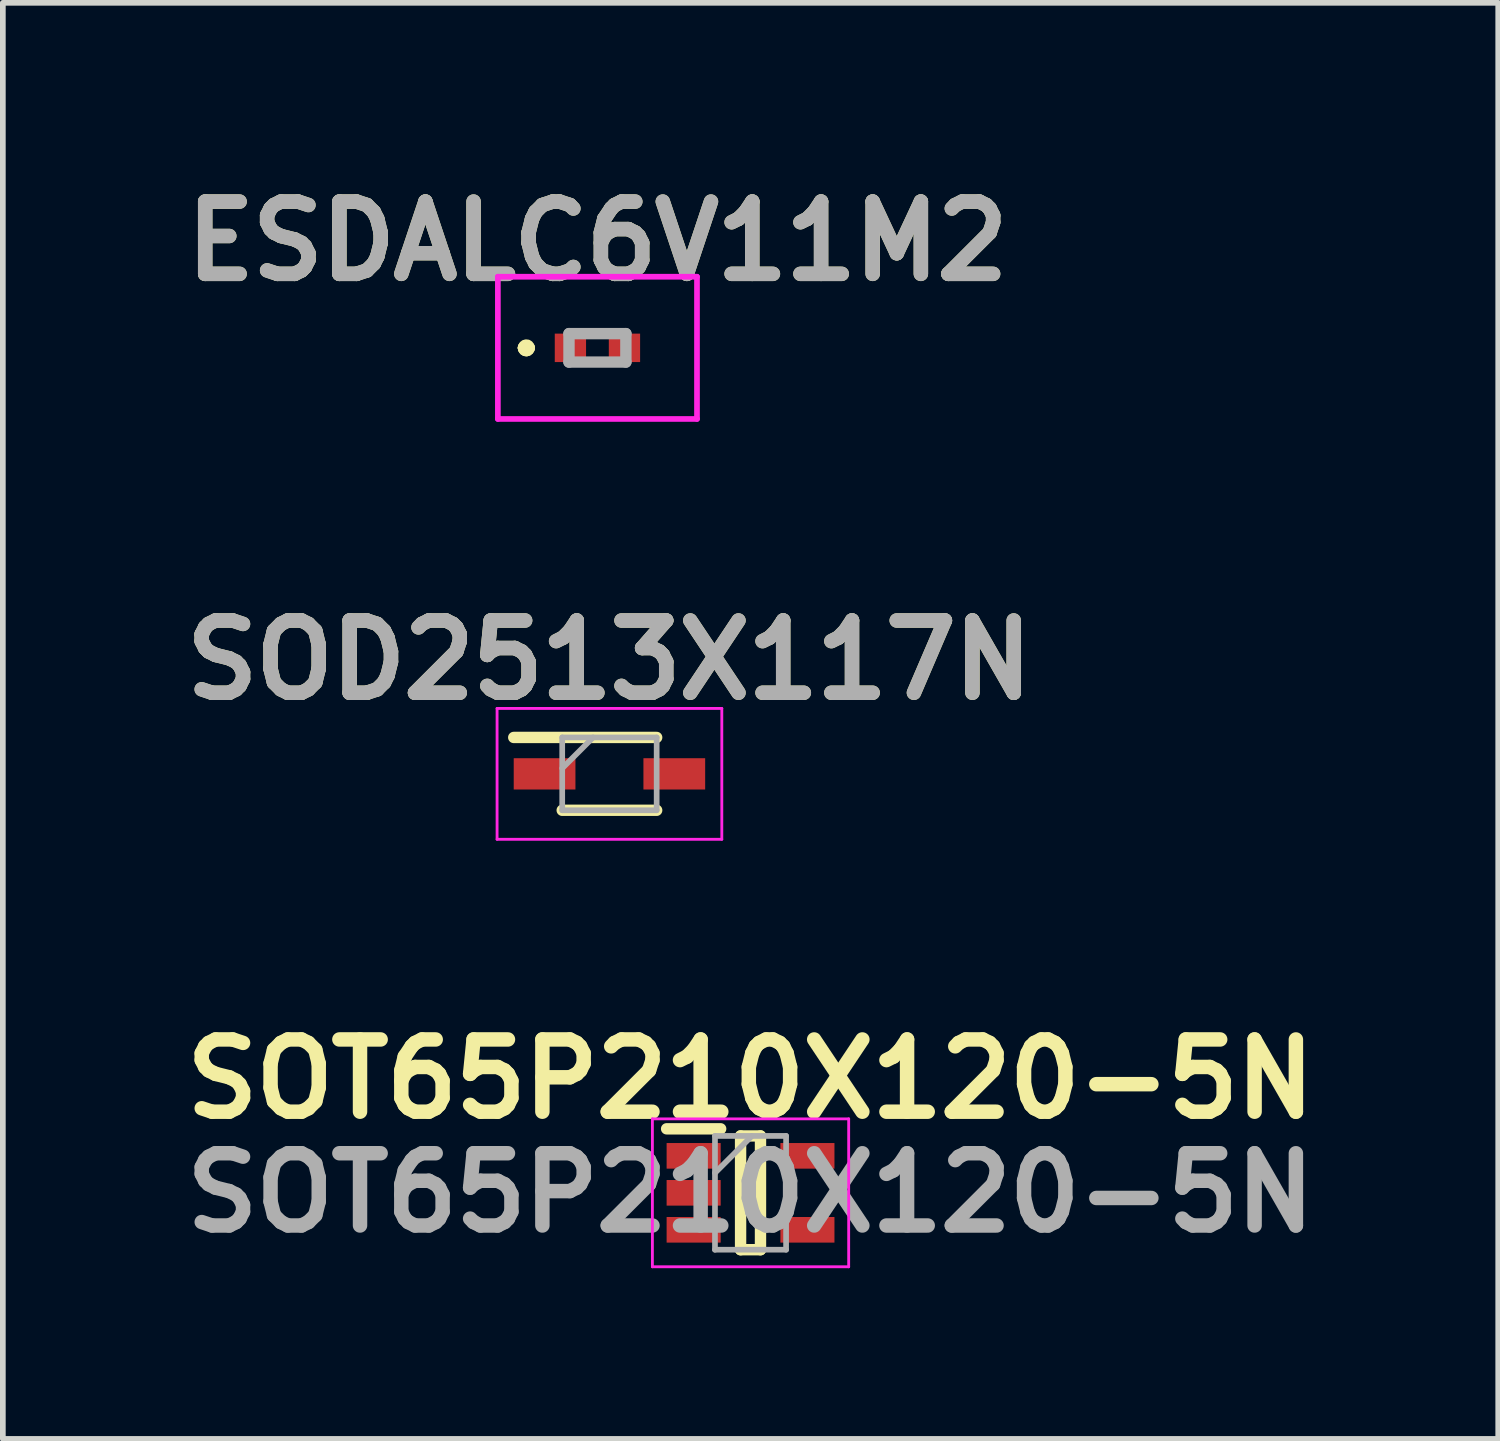
<source format=kicad_pcb>
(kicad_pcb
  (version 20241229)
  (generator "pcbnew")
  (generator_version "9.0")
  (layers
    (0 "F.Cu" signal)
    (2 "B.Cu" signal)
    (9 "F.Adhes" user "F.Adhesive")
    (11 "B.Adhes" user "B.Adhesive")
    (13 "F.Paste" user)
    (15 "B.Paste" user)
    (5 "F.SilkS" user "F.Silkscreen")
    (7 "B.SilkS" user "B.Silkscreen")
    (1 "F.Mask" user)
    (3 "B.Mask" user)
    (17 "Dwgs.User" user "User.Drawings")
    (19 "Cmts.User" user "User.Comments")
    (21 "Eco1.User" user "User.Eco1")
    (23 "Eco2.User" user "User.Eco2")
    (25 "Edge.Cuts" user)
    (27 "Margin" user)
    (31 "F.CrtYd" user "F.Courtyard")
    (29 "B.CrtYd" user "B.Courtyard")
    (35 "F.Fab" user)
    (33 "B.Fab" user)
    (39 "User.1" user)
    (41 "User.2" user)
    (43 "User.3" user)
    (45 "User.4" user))
  (footprint "SOD2513X117N"
    (layer "F.Cu")
    (at 7.662 10.552)
    (property "Reference" "SOD2513X117N" (at 0 -2 0) (layer "F.SilkS") (effects (font (size 1.27 1.27) (thickness 0.254))))
    (attr smd)
    (fp_line (start -1.682 -0.64) (end 0.83 -0.64) (stroke (width 0.2) (type solid)) (layer "F.SilkS"))
    (fp_line (start -0.83 0.64) (end 0.83 0.64) (stroke (width 0.2) (type solid)) (layer "F.SilkS"))
    (fp_line (start -1.975 -1.15) (end 1.975 -1.15) (stroke (width 0.05) (type solid)) (layer "F.CrtYd"))
    (fp_line (start -1.975 1.15) (end -1.975 -1.15) (stroke (width 0.05) (type solid)) (layer "F.CrtYd"))
    (fp_line (start 1.975 -1.15) (end 1.975 1.15) (stroke (width 0.05) (type solid)) (layer "F.CrtYd"))
    (fp_line (start 1.975 1.15) (end -1.975 1.15) (stroke (width 0.05) (type solid)) (layer "F.CrtYd"))
    (fp_line (start -0.83 -0.64) (end 0.83 -0.64) (stroke (width 0.1) (type solid)) (layer "F.Fab"))
    (fp_line (start -0.83 -0.098) (end -0.288 -0.64) (stroke (width 0.1) (type solid)) (layer "F.Fab"))
    (fp_line (start -0.83 0.64) (end -0.83 -0.64) (stroke (width 0.1) (type solid)) (layer "F.Fab"))
    (fp_line (start 0.83 -0.64) (end 0.83 0.64) (stroke (width 0.1) (type solid)) (layer "F.Fab"))
    (fp_line (start 0.83 0.64) (end -0.83 0.64) (stroke (width 0.1) (type solid)) (layer "F.Fab"))
    (fp_text user "${REFERENCE}" (at 0 -2 0) (layer "F.Fab") (effects (font (size 1.27 1.27) (thickness 0.254))))
    (pad "1" smd rect (at -1.14 0 90) (size 0.55 1.085) (layers "F.Cu" "F.Mask" "F.Paste"))
    (pad "2" smd rect (at 1.14 0 90) (size 0.55 1.085) (layers "F.Cu" "F.Mask" "F.Paste")))
  (footprint "SOT65P210X120-5N"
    (layer "F.Cu")
    (at 10.142 17.916)
    (property "Reference" "SOT65P210X120-5N" (at 0 -2 0) (layer "F.SilkS") (effects (font (size 1.27 1.27) (thickness 0.254))))
    (attr smd)
    (fp_line (start -1.475 -1.125) (end -0.525 -1.125) (stroke (width 0.2) (type solid)) (layer "F.SilkS"))
    (fp_line (start -0.175 -1) (end 0.175 -1) (stroke (width 0.2) (type solid)) (layer "F.SilkS"))
    (fp_line (start -0.175 1) (end -0.175 -1) (stroke (width 0.2) (type solid)) (layer "F.SilkS"))
    (fp_line (start 0.175 -1) (end 0.175 1) (stroke (width 0.2) (type solid)) (layer "F.SilkS"))
    (fp_line (start 0.175 1) (end -0.175 1) (stroke (width 0.2) (type solid)) (layer "F.SilkS"))
    (fp_line (start -1.725 -1.3) (end 1.725 -1.3) (stroke (width 0.05) (type solid)) (layer "F.CrtYd"))
    (fp_line (start -1.725 1.3) (end -1.725 -1.3) (stroke (width 0.05) (type solid)) (layer "F.CrtYd"))
    (fp_line (start 1.725 -1.3) (end 1.725 1.3) (stroke (width 0.05) (type solid)) (layer "F.CrtYd"))
    (fp_line (start 1.725 1.3) (end -1.725 1.3) (stroke (width 0.05) (type solid)) (layer "F.CrtYd"))
    (fp_line (start -0.625 -1) (end 0.625 -1) (stroke (width 0.1) (type solid)) (layer "F.Fab"))
    (fp_line (start -0.625 -0.35) (end 0.025 -1) (stroke (width 0.1) (type solid)) (layer "F.Fab"))
    (fp_line (start -0.625 1) (end -0.625 -1) (stroke (width 0.1) (type solid)) (layer "F.Fab"))
    (fp_line (start 0.625 -1) (end 0.625 1) (stroke (width 0.1) (type solid)) (layer "F.Fab"))
    (fp_line (start 0.625 1) (end -0.625 1) (stroke (width 0.1) (type solid)) (layer "F.Fab"))
    (fp_text user "${REFERENCE}" (at 0 0 0) (layer "F.Fab") (effects (font (size 1.27 1.27) (thickness 0.254))))
    (pad "1" smd rect (at -1 -0.65 90) (size 0.45 0.95) (layers "F.Cu" "F.Mask" "F.Paste"))
    (pad "2" smd rect (at -1 0 90) (size 0.45 0.95) (layers "F.Cu" "F.Mask" "F.Paste"))
    (pad "3" smd rect (at -1 0.65 90) (size 0.45 0.95) (layers "F.Cu" "F.Mask" "F.Paste"))
    (pad "4" smd rect (at 1 0.65 90) (size 0.45 0.95) (layers "F.Cu" "F.Mask" "F.Paste"))
    (pad "5" smd rect (at 1 -0.65 90) (size 0.45 0.95) (layers "F.Cu" "F.Mask" "F.Paste")))
  (footprint "ESDALC6V11M2"
    (layer "F.Cu")
    (at 7.451 3.064)
    (property "Reference" "ESDALC6V11M2" (at 0 -1.875 0) (layer "F.SilkS") (effects (font (size 1.27 1.27) (thickness 0.254))))
    (attr smd)
    (fp_line (start -1.3 0) (end -1.3 0) (stroke (width 0.2) (type solid)) (layer "F.SilkS"))
    (fp_line (start -1.3 0) (end -1.3 0) (stroke (width 0.2) (type solid)) (layer "F.SilkS"))
    (fp_line (start -1.2 0) (end -1.2 0) (stroke (width 0.2) (type solid)) (layer "F.SilkS"))
    (fp_arc (start -1.3 0) (mid -1.25 -0.05) (end -1.2 0) (stroke (width 0.2) (type solid)) (layer "F.SilkS"))
    (fp_arc (start -1.2 0) (mid -1.25 0.05) (end -1.3 0) (stroke (width 0.2) (type solid)) (layer "F.SilkS"))
    (fp_arc (start -1.2 0) (mid -1.25 0.05) (end -1.3 0) (stroke (width 0.2) (type solid)) (layer "F.SilkS"))
    (fp_line (start -1.75 -1.25) (end 1.75 -1.25) (stroke (width 0.1) (type solid)) (layer "F.CrtYd"))
    (fp_line (start -1.75 1.25) (end -1.75 -1.25) (stroke (width 0.1) (type solid)) (layer "F.CrtYd"))
    (fp_line (start 1.75 -1.25) (end 1.75 1.25) (stroke (width 0.1) (type solid)) (layer "F.CrtYd"))
    (fp_line (start 1.75 1.25) (end -1.75 1.25) (stroke (width 0.1) (type solid)) (layer "F.CrtYd"))
    (fp_line (start -0.5 -0.25) (end -0.5 0.25) (stroke (width 0.2) (type solid)) (layer "F.Fab"))
    (fp_line (start -0.5 0.25) (end 0.5 0.25) (stroke (width 0.2) (type solid)) (layer "F.Fab"))
    (fp_line (start 0.5 -0.25) (end -0.5 -0.25) (stroke (width 0.2) (type solid)) (layer "F.Fab"))
    (fp_line (start 0.5 0.25) (end 0.5 -0.25) (stroke (width 0.2) (type solid)) (layer "F.Fab"))
    (fp_text user "${REFERENCE}" (at 0 -1.875 0) (layer "F.Fab") (effects (font (size 1.27 1.27) (thickness 0.254))))
    (pad "1" smd rect (at -0.475 0 90) (size 0.5 0.55) (layers "F.Cu" "F.Mask" "F.Paste"))
    (pad "2" smd rect (at 0.475 0 90) (size 0.5 0.55) (layers "F.Cu" "F.Mask" "F.Paste")))
  (gr_rect
    (start -3 -3)
    (end 23.284 22.241)
    (stroke (width 0.1) (type default))
    (fill no)
    (layer "Edge.Cuts")))
</source>
